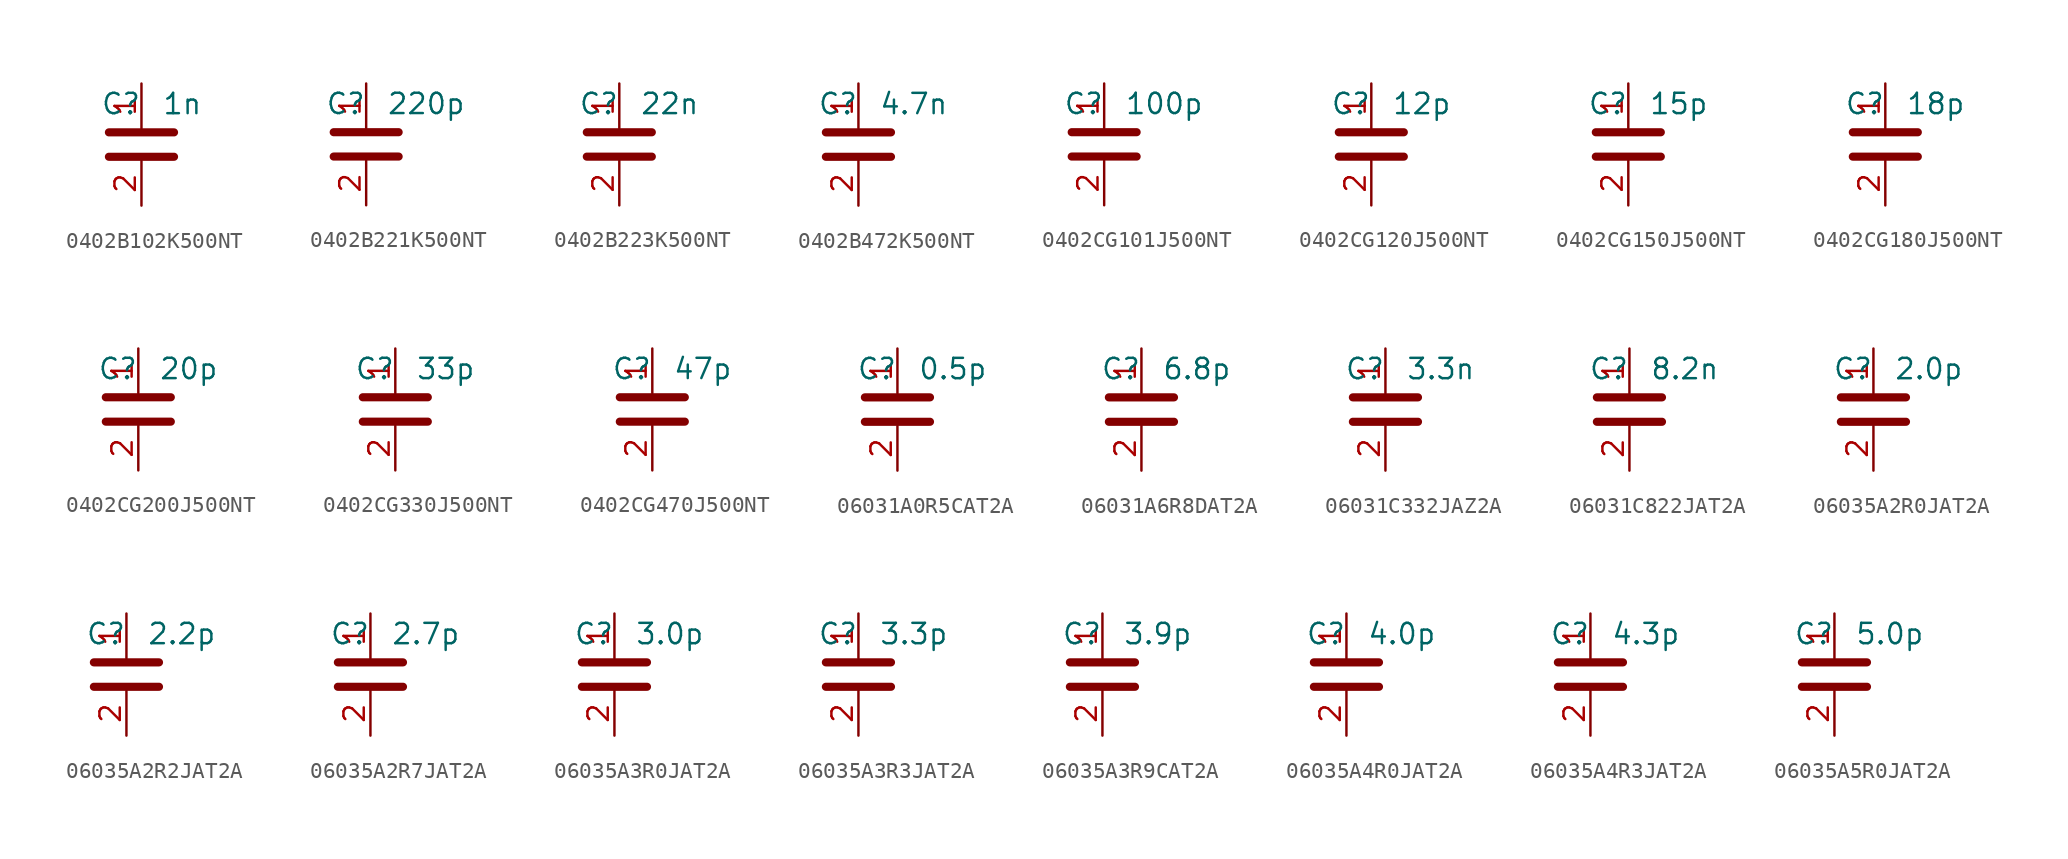
<source format=kicad_sym>
(kicad_symbol_lib
  (version 20241209)
  (generator "kicad_symbol_editor")
  (generator_version "9.0")
  (symbol "0402B102K500NT"
    (property "Reference" "C"
      (at 0 2.54 0)
      (effects (font (size 1.27 1.27)) (justify right)))
    (property "Value" "1n"
      (at 1.27 2.54 0)
      (effects (font (size 1.27 1.27)) (justify left)))
    (symbol "0402B102K500NT_0_1"
      (polyline (pts (xy -2.032 0.762) (xy 2.032 0.762)) (stroke (width 0.508) (type default)) (fill (type none)))
      (polyline (pts (xy -2.032 -0.762) (xy 2.032 -0.762)) (stroke (width 0.508) (type default)) (fill (type none))))
    (symbol "0402B102K500NT_1_1"
      (pin passive line (at 0 3.81 270) (length 2.794) (name "~" (effects (font (size 1.27 1.27)))) (number "1" (effects (font (size 1.27 1.27)))))
      (pin passive line (at 0 -3.81 90) (length 2.794) (name "~" (effects (font (size 1.27 1.27)))) (number "2" (effects (font (size 1.27 1.27)))))))
  (symbol "0402B221K500NT"
    (property "Reference" "C"
      (at 0 2.54 0)
      (effects (font (size 1.27 1.27)) (justify right)))
    (property "Value" "220p"
      (at 1.27 2.54 0)
      (effects (font (size 1.27 1.27)) (justify left)))
    (symbol "0402B221K500NT_0_1"
      (polyline (pts (xy -2.032 0.762) (xy 2.032 0.762)) (stroke (width 0.508) (type default)) (fill (type none)))
      (polyline (pts (xy -2.032 -0.762) (xy 2.032 -0.762)) (stroke (width 0.508) (type default)) (fill (type none))))
    (symbol "0402B221K500NT_1_1"
      (pin passive line (at 0 3.81 270) (length 2.794) (name "~" (effects (font (size 1.27 1.27)))) (number "1" (effects (font (size 1.27 1.27)))))
      (pin passive line (at 0 -3.81 90) (length 2.794) (name "~" (effects (font (size 1.27 1.27)))) (number "2" (effects (font (size 1.27 1.27)))))))
  (symbol "0402B223K500NT"
    (property "Reference" "C"
      (at 0 2.54 0)
      (effects (font (size 1.27 1.27)) (justify right)))
    (property "Value" "22n"
      (at 1.27 2.54 0)
      (effects (font (size 1.27 1.27)) (justify left)))
    (symbol "0402B223K500NT_0_1"
      (polyline (pts (xy -2.032 0.762) (xy 2.032 0.762)) (stroke (width 0.508) (type default)) (fill (type none)))
      (polyline (pts (xy -2.032 -0.762) (xy 2.032 -0.762)) (stroke (width 0.508) (type default)) (fill (type none))))
    (symbol "0402B223K500NT_1_1"
      (pin passive line (at 0 3.81 270) (length 2.794) (name "~" (effects (font (size 1.27 1.27)))) (number "1" (effects (font (size 1.27 1.27)))))
      (pin passive line (at 0 -3.81 90) (length 2.794) (name "~" (effects (font (size 1.27 1.27)))) (number "2" (effects (font (size 1.27 1.27)))))))
  (symbol "0402B472K500NT"
    (property "Reference" "C"
      (at 0 2.54 0)
      (effects (font (size 1.27 1.27)) (justify right)))
    (property "Value" "4.7n"
      (at 1.27 2.54 0)
      (effects (font (size 1.27 1.27)) (justify left)))
    (symbol "0402B472K500NT_0_1"
      (polyline (pts (xy -2.032 0.762) (xy 2.032 0.762)) (stroke (width 0.508) (type default)) (fill (type none)))
      (polyline (pts (xy -2.032 -0.762) (xy 2.032 -0.762)) (stroke (width 0.508) (type default)) (fill (type none))))
    (symbol "0402B472K500NT_1_1"
      (pin passive line (at 0 3.81 270) (length 2.794) (name "~" (effects (font (size 1.27 1.27)))) (number "1" (effects (font (size 1.27 1.27)))))
      (pin passive line (at 0 -3.81 90) (length 2.794) (name "~" (effects (font (size 1.27 1.27)))) (number "2" (effects (font (size 1.27 1.27)))))))
  (symbol "0402CG101J500NT"
    (property "Reference" "C"
      (at 0 2.54 0)
      (effects (font (size 1.27 1.27)) (justify right)))
    (property "Value" "100p"
      (at 1.27 2.54 0)
      (effects (font (size 1.27 1.27)) (justify left)))
    (symbol "0402CG101J500NT_0_1"
      (polyline (pts (xy -2.032 0.762) (xy 2.032 0.762)) (stroke (width 0.508) (type default)) (fill (type none)))
      (polyline (pts (xy -2.032 -0.762) (xy 2.032 -0.762)) (stroke (width 0.508) (type default)) (fill (type none))))
    (symbol "0402CG101J500NT_1_1"
      (pin passive line (at 0 3.81 270) (length 2.794) (name "~" (effects (font (size 1.27 1.27)))) (number "1" (effects (font (size 1.27 1.27)))))
      (pin passive line (at 0 -3.81 90) (length 2.794) (name "~" (effects (font (size 1.27 1.27)))) (number "2" (effects (font (size 1.27 1.27)))))))
  (symbol "0402CG120J500NT"
    (property "Reference" "C"
      (at 0 2.54 0)
      (effects (font (size 1.27 1.27)) (justify right)))
    (property "Value" "12p"
      (at 1.27 2.54 0)
      (effects (font (size 1.27 1.27)) (justify left)))
    (symbol "0402CG120J500NT_0_1"
      (polyline (pts (xy -2.032 0.762) (xy 2.032 0.762)) (stroke (width 0.508) (type default)) (fill (type none)))
      (polyline (pts (xy -2.032 -0.762) (xy 2.032 -0.762)) (stroke (width 0.508) (type default)) (fill (type none))))
    (symbol "0402CG120J500NT_1_1"
      (pin passive line (at 0 3.81 270) (length 2.794) (name "~" (effects (font (size 1.27 1.27)))) (number "1" (effects (font (size 1.27 1.27)))))
      (pin passive line (at 0 -3.81 90) (length 2.794) (name "~" (effects (font (size 1.27 1.27)))) (number "2" (effects (font (size 1.27 1.27)))))))
  (symbol "0402CG150J500NT"
    (property "Reference" "C"
      (at 0 2.54 0)
      (effects (font (size 1.27 1.27)) (justify right)))
    (property "Value" "15p"
      (at 1.27 2.54 0)
      (effects (font (size 1.27 1.27)) (justify left)))
    (symbol "0402CG150J500NT_0_1"
      (polyline (pts (xy -2.032 0.762) (xy 2.032 0.762)) (stroke (width 0.508) (type default)) (fill (type none)))
      (polyline (pts (xy -2.032 -0.762) (xy 2.032 -0.762)) (stroke (width 0.508) (type default)) (fill (type none))))
    (symbol "0402CG150J500NT_1_1"
      (pin passive line (at 0 3.81 270) (length 2.794) (name "~" (effects (font (size 1.27 1.27)))) (number "1" (effects (font (size 1.27 1.27)))))
      (pin passive line (at 0 -3.81 90) (length 2.794) (name "~" (effects (font (size 1.27 1.27)))) (number "2" (effects (font (size 1.27 1.27)))))))
  (symbol "0402CG180J500NT"
    (property "Reference" "C"
      (at 0 2.54 0)
      (effects (font (size 1.27 1.27)) (justify right)))
    (property "Value" "18p"
      (at 1.27 2.54 0)
      (effects (font (size 1.27 1.27)) (justify left)))
    (symbol "0402CG180J500NT_0_1"
      (polyline (pts (xy -2.032 0.762) (xy 2.032 0.762)) (stroke (width 0.508) (type default)) (fill (type none)))
      (polyline (pts (xy -2.032 -0.762) (xy 2.032 -0.762)) (stroke (width 0.508) (type default)) (fill (type none))))
    (symbol "0402CG180J500NT_1_1"
      (pin passive line (at 0 3.81 270) (length 2.794) (name "~" (effects (font (size 1.27 1.27)))) (number "1" (effects (font (size 1.27 1.27)))))
      (pin passive line (at 0 -3.81 90) (length 2.794) (name "~" (effects (font (size 1.27 1.27)))) (number "2" (effects (font (size 1.27 1.27)))))))
  (symbol "0402CG200J500NT"
    (property "Reference" "C"
      (at 0 2.54 0)
      (effects (font (size 1.27 1.27)) (justify right)))
    (property "Value" "20p"
      (at 1.27 2.54 0)
      (effects (font (size 1.27 1.27)) (justify left)))
    (symbol "0402CG200J500NT_0_1"
      (polyline (pts (xy -2.032 0.762) (xy 2.032 0.762)) (stroke (width 0.508) (type default)) (fill (type none)))
      (polyline (pts (xy -2.032 -0.762) (xy 2.032 -0.762)) (stroke (width 0.508) (type default)) (fill (type none))))
    (symbol "0402CG200J500NT_1_1"
      (pin passive line (at 0 3.81 270) (length 2.794) (name "~" (effects (font (size 1.27 1.27)))) (number "1" (effects (font (size 1.27 1.27)))))
      (pin passive line (at 0 -3.81 90) (length 2.794) (name "~" (effects (font (size 1.27 1.27)))) (number "2" (effects (font (size 1.27 1.27)))))))
  (symbol "0402CG330J500NT"
    (property "Reference" "C"
      (at 0 2.54 0)
      (effects (font (size 1.27 1.27)) (justify right)))
    (property "Value" "33p"
      (at 1.27 2.54 0)
      (effects (font (size 1.27 1.27)) (justify left)))
    (symbol "0402CG330J500NT_0_1"
      (polyline (pts (xy -2.032 0.762) (xy 2.032 0.762)) (stroke (width 0.508) (type default)) (fill (type none)))
      (polyline (pts (xy -2.032 -0.762) (xy 2.032 -0.762)) (stroke (width 0.508) (type default)) (fill (type none))))
    (symbol "0402CG330J500NT_1_1"
      (pin passive line (at 0 3.81 270) (length 2.794) (name "~" (effects (font (size 1.27 1.27)))) (number "1" (effects (font (size 1.27 1.27)))))
      (pin passive line (at 0 -3.81 90) (length 2.794) (name "~" (effects (font (size 1.27 1.27)))) (number "2" (effects (font (size 1.27 1.27)))))))
  (symbol "0402CG470J500NT"
    (property "Reference" "C"
      (at 0 2.54 0)
      (effects (font (size 1.27 1.27)) (justify right)))
    (property "Value" "47p"
      (at 1.27 2.54 0)
      (effects (font (size 1.27 1.27)) (justify left)))
    (symbol "0402CG470J500NT_0_1"
      (polyline (pts (xy -2.032 0.762) (xy 2.032 0.762)) (stroke (width 0.508) (type default)) (fill (type none)))
      (polyline (pts (xy -2.032 -0.762) (xy 2.032 -0.762)) (stroke (width 0.508) (type default)) (fill (type none))))
    (symbol "0402CG470J500NT_1_1"
      (pin passive line (at 0 3.81 270) (length 2.794) (name "~" (effects (font (size 1.27 1.27)))) (number "1" (effects (font (size 1.27 1.27)))))
      (pin passive line (at 0 -3.81 90) (length 2.794) (name "~" (effects (font (size 1.27 1.27)))) (number "2" (effects (font (size 1.27 1.27)))))))
  (symbol "06031A0R5CAT2A"
    (property "Reference" "C"
      (at 0 2.54 0)
      (effects (font (size 1.27 1.27)) (justify right)))
    (property "Value" "0.5p"
      (at 1.27 2.54 0)
      (effects (font (size 1.27 1.27)) (justify left)))
    (symbol "06031A0R5CAT2A_0_1"
      (polyline (pts (xy -2.032 0.762) (xy 2.032 0.762)) (stroke (width 0.508) (type default)) (fill (type none)))
      (polyline (pts (xy -2.032 -0.762) (xy 2.032 -0.762)) (stroke (width 0.508) (type default)) (fill (type none))))
    (symbol "06031A0R5CAT2A_1_1"
      (pin passive line (at 0 3.81 270) (length 2.794) (name "~" (effects (font (size 1.27 1.27)))) (number "1" (effects (font (size 1.27 1.27)))))
      (pin passive line (at 0 -3.81 90) (length 2.794) (name "~" (effects (font (size 1.27 1.27)))) (number "2" (effects (font (size 1.27 1.27)))))))
  (symbol "06031A6R8DAT2A"
    (property "Reference" "C"
      (at 0 2.54 0)
      (effects (font (size 1.27 1.27)) (justify right)))
    (property "Value" "6.8p"
      (at 1.27 2.54 0)
      (effects (font (size 1.27 1.27)) (justify left)))
    (symbol "06031A6R8DAT2A_0_1"
      (polyline (pts (xy -2.032 0.762) (xy 2.032 0.762)) (stroke (width 0.508) (type default)) (fill (type none)))
      (polyline (pts (xy -2.032 -0.762) (xy 2.032 -0.762)) (stroke (width 0.508) (type default)) (fill (type none))))
    (symbol "06031A6R8DAT2A_1_1"
      (pin passive line (at 0 3.81 270) (length 2.794) (name "~" (effects (font (size 1.27 1.27)))) (number "1" (effects (font (size 1.27 1.27)))))
      (pin passive line (at 0 -3.81 90) (length 2.794) (name "~" (effects (font (size 1.27 1.27)))) (number "2" (effects (font (size 1.27 1.27)))))))
  (symbol "06031C332JAZ2A"
    (property "Reference" "C"
      (at 0 2.54 0)
      (effects (font (size 1.27 1.27)) (justify right)))
    (property "Value" "3.3n"
      (at 1.27 2.54 0)
      (effects (font (size 1.27 1.27)) (justify left)))
    (symbol "06031C332JAZ2A_0_1"
      (polyline (pts (xy -2.032 0.762) (xy 2.032 0.762)) (stroke (width 0.508) (type default)) (fill (type none)))
      (polyline (pts (xy -2.032 -0.762) (xy 2.032 -0.762)) (stroke (width 0.508) (type default)) (fill (type none))))
    (symbol "06031C332JAZ2A_1_1"
      (pin passive line (at 0 3.81 270) (length 2.794) (name "~" (effects (font (size 1.27 1.27)))) (number "1" (effects (font (size 1.27 1.27)))))
      (pin passive line (at 0 -3.81 90) (length 2.794) (name "~" (effects (font (size 1.27 1.27)))) (number "2" (effects (font (size 1.27 1.27)))))))
  (symbol "06031C822JAT2A"
    (property "Reference" "C"
      (at 0 2.54 0)
      (effects (font (size 1.27 1.27)) (justify right)))
    (property "Value" "8.2n"
      (at 1.27 2.54 0)
      (effects (font (size 1.27 1.27)) (justify left)))
    (symbol "06031C822JAT2A_0_1"
      (polyline (pts (xy -2.032 0.762) (xy 2.032 0.762)) (stroke (width 0.508) (type default)) (fill (type none)))
      (polyline (pts (xy -2.032 -0.762) (xy 2.032 -0.762)) (stroke (width 0.508) (type default)) (fill (type none))))
    (symbol "06031C822JAT2A_1_1"
      (pin passive line (at 0 3.81 270) (length 2.794) (name "~" (effects (font (size 1.27 1.27)))) (number "1" (effects (font (size 1.27 1.27)))))
      (pin passive line (at 0 -3.81 90) (length 2.794) (name "~" (effects (font (size 1.27 1.27)))) (number "2" (effects (font (size 1.27 1.27)))))))
  (symbol "06035A2R0JAT2A"
    (property "Reference" "C"
      (at 0 2.54 0)
      (effects (font (size 1.27 1.27)) (justify right)))
    (property "Value" "2.0p"
      (at 1.27 2.54 0)
      (effects (font (size 1.27 1.27)) (justify left)))
    (symbol "06035A2R0JAT2A_0_1"
      (polyline (pts (xy -2.032 0.762) (xy 2.032 0.762)) (stroke (width 0.508) (type default)) (fill (type none)))
      (polyline (pts (xy -2.032 -0.762) (xy 2.032 -0.762)) (stroke (width 0.508) (type default)) (fill (type none))))
    (symbol "06035A2R0JAT2A_1_1"
      (pin passive line (at 0 3.81 270) (length 2.794) (name "~" (effects (font (size 1.27 1.27)))) (number "1" (effects (font (size 1.27 1.27)))))
      (pin passive line (at 0 -3.81 90) (length 2.794) (name "~" (effects (font (size 1.27 1.27)))) (number "2" (effects (font (size 1.27 1.27)))))))
  (symbol "06035A2R2JAT2A"
    (property "Reference" "C"
      (at 0 2.54 0)
      (effects (font (size 1.27 1.27)) (justify right)))
    (property "Value" "2.2p"
      (at 1.27 2.54 0)
      (effects (font (size 1.27 1.27)) (justify left)))
    (symbol "06035A2R2JAT2A_0_1"
      (polyline (pts (xy -2.032 0.762) (xy 2.032 0.762)) (stroke (width 0.508) (type default)) (fill (type none)))
      (polyline (pts (xy -2.032 -0.762) (xy 2.032 -0.762)) (stroke (width 0.508) (type default)) (fill (type none))))
    (symbol "06035A2R2JAT2A_1_1"
      (pin passive line (at 0 3.81 270) (length 2.794) (name "~" (effects (font (size 1.27 1.27)))) (number "1" (effects (font (size 1.27 1.27)))))
      (pin passive line (at 0 -3.81 90) (length 2.794) (name "~" (effects (font (size 1.27 1.27)))) (number "2" (effects (font (size 1.27 1.27)))))))
  (symbol "06035A2R7JAT2A"
    (property "Reference" "C"
      (at 0 2.54 0)
      (effects (font (size 1.27 1.27)) (justify right)))
    (property "Value" "2.7p"
      (at 1.27 2.54 0)
      (effects (font (size 1.27 1.27)) (justify left)))
    (symbol "06035A2R7JAT2A_0_1"
      (polyline (pts (xy -2.032 0.762) (xy 2.032 0.762)) (stroke (width 0.508) (type default)) (fill (type none)))
      (polyline (pts (xy -2.032 -0.762) (xy 2.032 -0.762)) (stroke (width 0.508) (type default)) (fill (type none))))
    (symbol "06035A2R7JAT2A_1_1"
      (pin passive line (at 0 3.81 270) (length 2.794) (name "~" (effects (font (size 1.27 1.27)))) (number "1" (effects (font (size 1.27 1.27)))))
      (pin passive line (at 0 -3.81 90) (length 2.794) (name "~" (effects (font (size 1.27 1.27)))) (number "2" (effects (font (size 1.27 1.27)))))))
  (symbol "06035A3R0JAT2A"
    (property "Reference" "C"
      (at 0 2.54 0)
      (effects (font (size 1.27 1.27)) (justify right)))
    (property "Value" "3.0p"
      (at 1.27 2.54 0)
      (effects (font (size 1.27 1.27)) (justify left)))
    (symbol "06035A3R0JAT2A_0_1"
      (polyline (pts (xy -2.032 0.762) (xy 2.032 0.762)) (stroke (width 0.508) (type default)) (fill (type none)))
      (polyline (pts (xy -2.032 -0.762) (xy 2.032 -0.762)) (stroke (width 0.508) (type default)) (fill (type none))))
    (symbol "06035A3R0JAT2A_1_1"
      (pin passive line (at 0 3.81 270) (length 2.794) (name "~" (effects (font (size 1.27 1.27)))) (number "1" (effects (font (size 1.27 1.27)))))
      (pin passive line (at 0 -3.81 90) (length 2.794) (name "~" (effects (font (size 1.27 1.27)))) (number "2" (effects (font (size 1.27 1.27)))))))
  (symbol "06035A3R3JAT2A"
    (property "Reference" "C"
      (at 0 2.54 0)
      (effects (font (size 1.27 1.27)) (justify right)))
    (property "Value" "3.3p"
      (at 1.27 2.54 0)
      (effects (font (size 1.27 1.27)) (justify left)))
    (symbol "06035A3R3JAT2A_0_1"
      (polyline (pts (xy -2.032 0.762) (xy 2.032 0.762)) (stroke (width 0.508) (type default)) (fill (type none)))
      (polyline (pts (xy -2.032 -0.762) (xy 2.032 -0.762)) (stroke (width 0.508) (type default)) (fill (type none))))
    (symbol "06035A3R3JAT2A_1_1"
      (pin passive line (at 0 3.81 270) (length 2.794) (name "~" (effects (font (size 1.27 1.27)))) (number "1" (effects (font (size 1.27 1.27)))))
      (pin passive line (at 0 -3.81 90) (length 2.794) (name "~" (effects (font (size 1.27 1.27)))) (number "2" (effects (font (size 1.27 1.27)))))))
  (symbol "06035A3R9CAT2A"
    (property "Reference" "C"
      (at 0 2.54 0)
      (effects (font (size 1.27 1.27)) (justify right)))
    (property "Value" "3.9p"
      (at 1.27 2.54 0)
      (effects (font (size 1.27 1.27)) (justify left)))
    (symbol "06035A3R9CAT2A_0_1"
      (polyline (pts (xy -2.032 0.762) (xy 2.032 0.762)) (stroke (width 0.508) (type default)) (fill (type none)))
      (polyline (pts (xy -2.032 -0.762) (xy 2.032 -0.762)) (stroke (width 0.508) (type default)) (fill (type none))))
    (symbol "06035A3R9CAT2A_1_1"
      (pin passive line (at 0 3.81 270) (length 2.794) (name "~" (effects (font (size 1.27 1.27)))) (number "1" (effects (font (size 1.27 1.27)))))
      (pin passive line (at 0 -3.81 90) (length 2.794) (name "~" (effects (font (size 1.27 1.27)))) (number "2" (effects (font (size 1.27 1.27)))))))
  (symbol "06035A4R0JAT2A"
    (property "Reference" "C"
      (at 0 2.54 0)
      (effects (font (size 1.27 1.27)) (justify right)))
    (property "Value" "4.0p"
      (at 1.27 2.54 0)
      (effects (font (size 1.27 1.27)) (justify left)))
    (symbol "06035A4R0JAT2A_0_1"
      (polyline (pts (xy -2.032 0.762) (xy 2.032 0.762)) (stroke (width 0.508) (type default)) (fill (type none)))
      (polyline (pts (xy -2.032 -0.762) (xy 2.032 -0.762)) (stroke (width 0.508) (type default)) (fill (type none))))
    (symbol "06035A4R0JAT2A_1_1"
      (pin passive line (at 0 3.81 270) (length 2.794) (name "~" (effects (font (size 1.27 1.27)))) (number "1" (effects (font (size 1.27 1.27)))))
      (pin passive line (at 0 -3.81 90) (length 2.794) (name "~" (effects (font (size 1.27 1.27)))) (number "2" (effects (font (size 1.27 1.27)))))))
  (symbol "06035A4R3JAT2A"
    (property "Reference" "C"
      (at 0 2.54 0)
      (effects (font (size 1.27 1.27)) (justify right)))
    (property "Value" "4.3p"
      (at 1.27 2.54 0)
      (effects (font (size 1.27 1.27)) (justify left)))
    (symbol "06035A4R3JAT2A_0_1"
      (polyline (pts (xy -2.032 0.762) (xy 2.032 0.762)) (stroke (width 0.508) (type default)) (fill (type none)))
      (polyline (pts (xy -2.032 -0.762) (xy 2.032 -0.762)) (stroke (width 0.508) (type default)) (fill (type none))))
    (symbol "06035A4R3JAT2A_1_1"
      (pin passive line (at 0 3.81 270) (length 2.794) (name "~" (effects (font (size 1.27 1.27)))) (number "1" (effects (font (size 1.27 1.27)))))
      (pin passive line (at 0 -3.81 90) (length 2.794) (name "~" (effects (font (size 1.27 1.27)))) (number "2" (effects (font (size 1.27 1.27)))))))
  (symbol "06035A5R0JAT2A"
    (property "Reference" "C"
      (at 0 2.54 0)
      (effects (font (size 1.27 1.27)) (justify right)))
    (property "Value" "5.0p"
      (at 1.27 2.54 0)
      (effects (font (size 1.27 1.27)) (justify left)))
    (symbol "06035A5R0JAT2A_0_1"
      (polyline (pts (xy -2.032 0.762) (xy 2.032 0.762)) (stroke (width 0.508) (type default)) (fill (type none)))
      (polyline (pts (xy -2.032 -0.762) (xy 2.032 -0.762)) (stroke (width 0.508) (type default)) (fill (type none))))
    (symbol "06035A5R0JAT2A_1_1"
      (pin passive line (at 0 3.81 270) (length 2.794) (name "~" (effects (font (size 1.27 1.27)))) (number "1" (effects (font (size 1.27 1.27)))))
      (pin passive line (at 0 -3.81 90) (length 2.794) (name "~" (effects (font (size 1.27 1.27)))) (number "2" (effects (font (size 1.27 1.27))))))))
</source>
